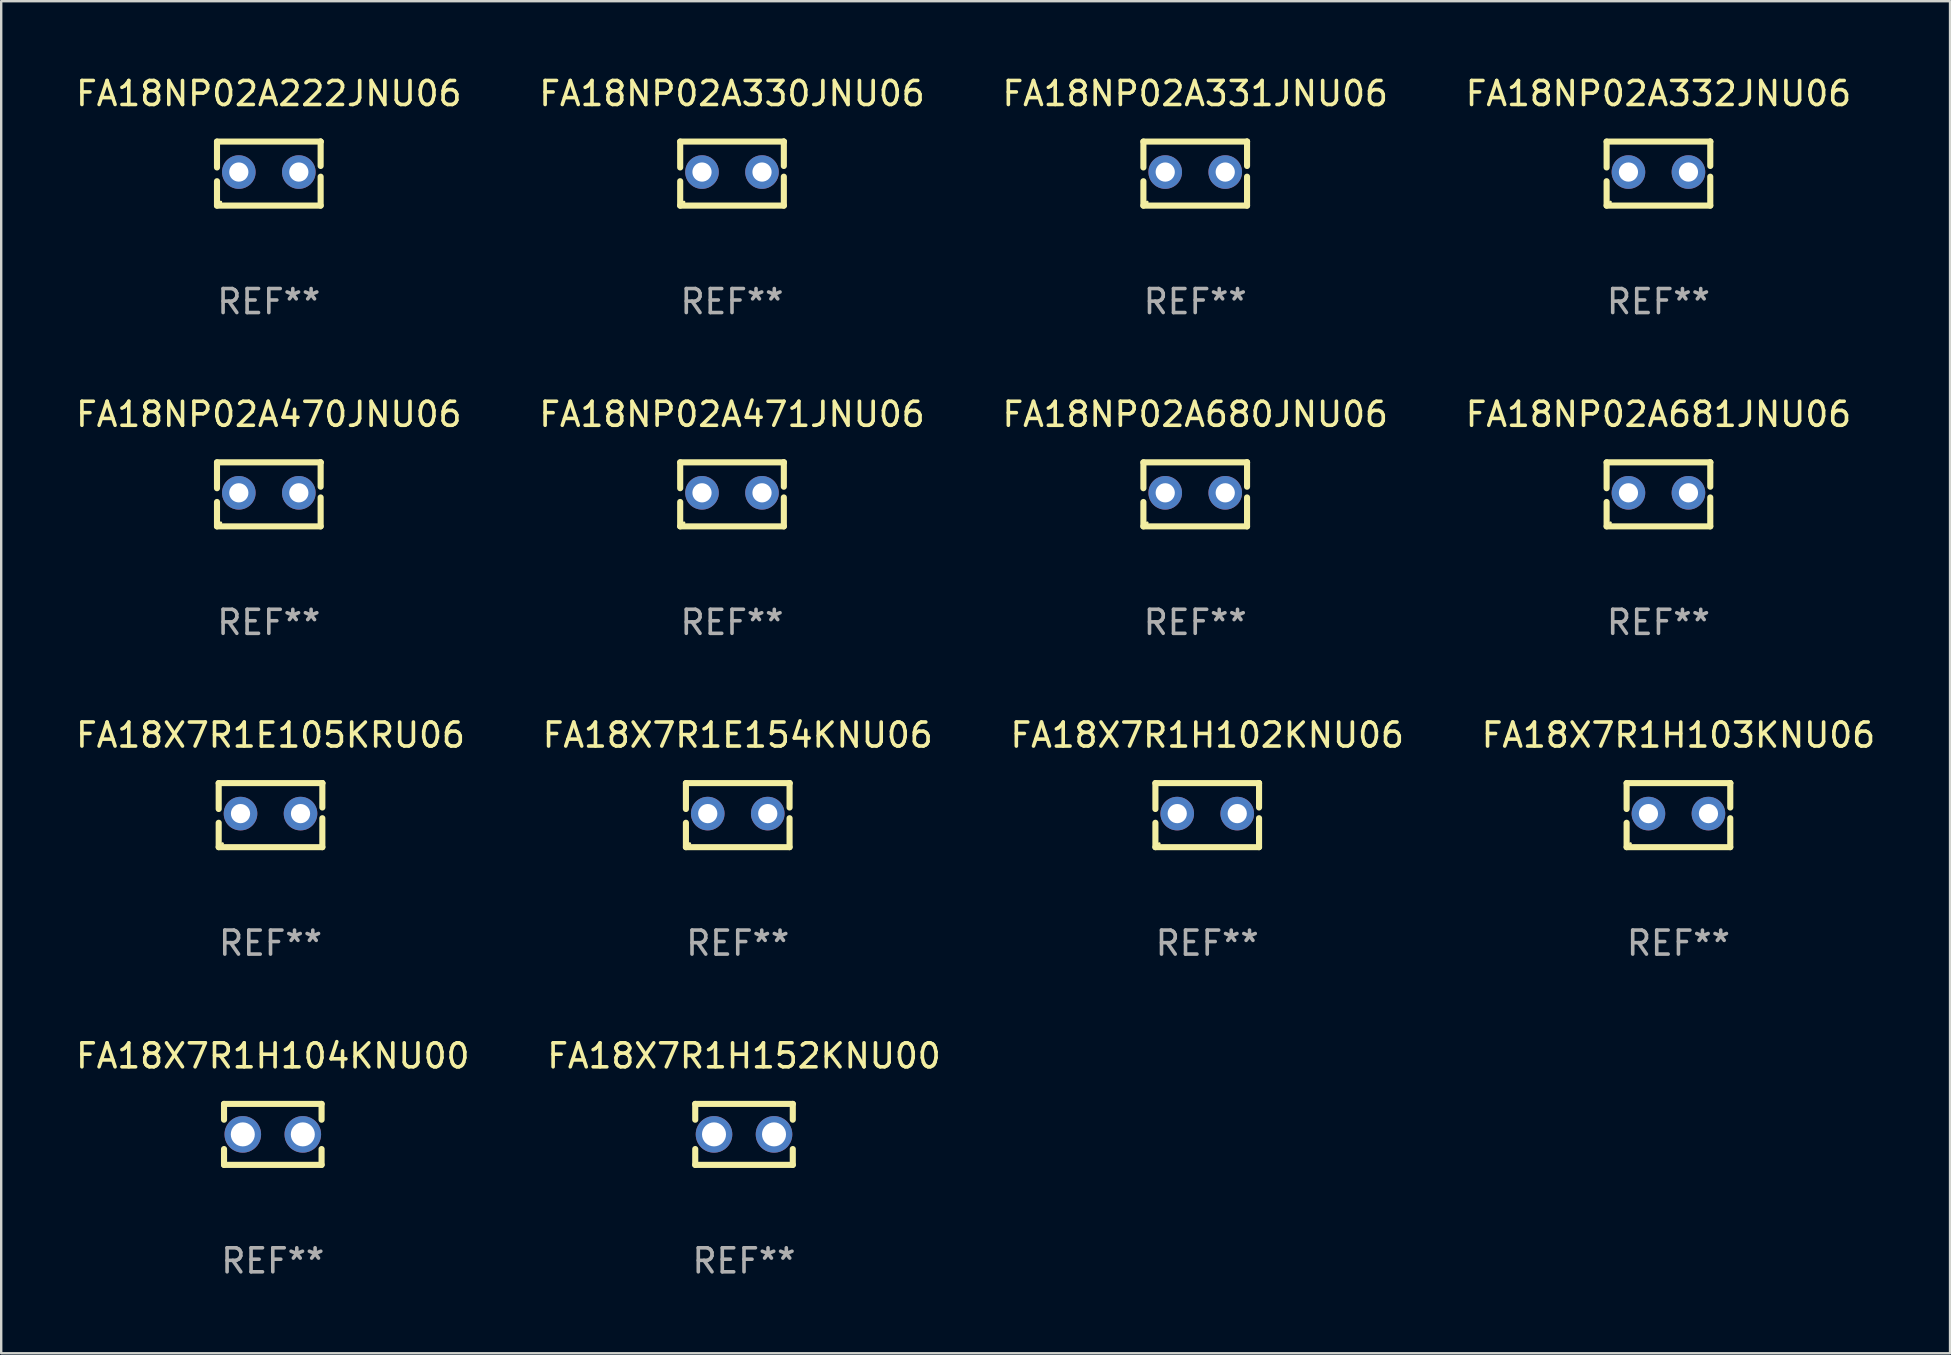
<source format=kicad_pcb>
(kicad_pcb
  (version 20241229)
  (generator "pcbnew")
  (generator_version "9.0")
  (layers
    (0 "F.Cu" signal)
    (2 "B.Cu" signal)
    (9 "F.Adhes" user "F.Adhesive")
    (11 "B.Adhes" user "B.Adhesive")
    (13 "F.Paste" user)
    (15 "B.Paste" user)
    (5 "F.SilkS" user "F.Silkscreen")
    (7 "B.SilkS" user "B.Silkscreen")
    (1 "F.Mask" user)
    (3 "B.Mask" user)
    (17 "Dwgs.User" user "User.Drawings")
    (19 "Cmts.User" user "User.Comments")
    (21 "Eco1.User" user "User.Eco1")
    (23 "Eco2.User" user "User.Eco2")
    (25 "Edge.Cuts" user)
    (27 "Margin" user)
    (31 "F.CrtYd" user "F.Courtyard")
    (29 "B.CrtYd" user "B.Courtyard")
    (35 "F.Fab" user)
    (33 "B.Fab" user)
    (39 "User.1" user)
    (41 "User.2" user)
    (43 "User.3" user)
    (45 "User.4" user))
  (footprint "FA18X7R1E154KNU06"
    (layer "F.Cu")
    (at 27.685 30.909)
    (property "Reference" "FA18X7R1E154KNU06" (at 0 -3.334 0) (layer "F.SilkS") (effects (font (size 1 1) (thickness 0.15))))
    (attr through_hole)
    (fp_line (start -2.159 -1.334) (end 2.159 -1.334) (stroke (width 0.254) (type solid)) (layer "F.SilkS"))
    (fp_line (start -2.159 -0.256) (end -2.159 -1.334) (stroke (width 0.254) (type solid)) (layer "F.SilkS"))
    (fp_line (start -2.159 1.334) (end -2.159 0.318) (stroke (width 0.254) (type solid)) (layer "F.SilkS"))
    (fp_line (start 2.159 -1.334) (end 2.159 -1.334) (stroke (width 0.254) (type solid)) (layer "F.SilkS"))
    (fp_line (start 2.159 -1.334) (end 2.159 -0.318) (stroke (width 0.254) (type solid)) (layer "F.SilkS"))
    (fp_line (start 2.159 0.129) (end 2.159 1.334) (stroke (width 0.254) (type solid)) (layer "F.SilkS"))
    (fp_line (start 2.159 1.334) (end -2.159 1.334) (stroke (width 0.254) (type solid)) (layer "F.SilkS"))
    (fp_circle (center -2 1.186) (end -1.97 1.186) (stroke (width 0.06) (type solid)) (fill no) (layer "F.SilkS"))
    (fp_text user "REF**" (at 0 5.334 0) (layer "F.Fab") (effects (font (size 1 1) (thickness 0.15))))
    (pad "1" thru_hole circle (at -1.25 -0.064) (size 1.4 1.4) (drill 0.8) (layers "*.Cu" "*.Mask"))
    (pad "2" thru_hole circle (at 1.25 -0.064) (size 1.4 1.4) (drill 0.8) (layers "*.Cu" "*.Mask")))
  (footprint "FA18X7R1E105KRU06"
    (layer "F.Cu")
    (at 8.22 30.909)
    (property "Reference" "FA18X7R1E105KRU06" (at 0 -3.334 0) (layer "F.SilkS") (effects (font (size 1 1) (thickness 0.15))))
    (attr through_hole)
    (fp_line (start -2.159 -1.334) (end 2.159 -1.334) (stroke (width 0.254) (type solid)) (layer "F.SilkS"))
    (fp_line (start -2.159 -0.256) (end -2.159 -1.334) (stroke (width 0.254) (type solid)) (layer "F.SilkS"))
    (fp_line (start -2.159 1.334) (end -2.159 0.318) (stroke (width 0.254) (type solid)) (layer "F.SilkS"))
    (fp_line (start 2.159 -1.334) (end 2.159 -1.334) (stroke (width 0.254) (type solid)) (layer "F.SilkS"))
    (fp_line (start 2.159 -1.334) (end 2.159 -0.318) (stroke (width 0.254) (type solid)) (layer "F.SilkS"))
    (fp_line (start 2.159 0.129) (end 2.159 1.334) (stroke (width 0.254) (type solid)) (layer "F.SilkS"))
    (fp_line (start 2.159 1.334) (end -2.159 1.334) (stroke (width 0.254) (type solid)) (layer "F.SilkS"))
    (fp_circle (center -2 1.186) (end -1.97 1.186) (stroke (width 0.06) (type solid)) (fill no) (layer "F.SilkS"))
    (fp_text user "REF**" (at 0 5.334 0) (layer "F.Fab") (effects (font (size 1 1) (thickness 0.15))))
    (pad "1" thru_hole circle (at -1.25 -0.064) (size 1.4 1.4) (drill 0.8) (layers "*.Cu" "*.Mask"))
    (pad "2" thru_hole circle (at 1.25 -0.064) (size 1.4 1.4) (drill 0.8) (layers "*.Cu" "*.Mask")))
  (footprint "FA18NP02A222JNU06"
    (layer "F.Cu")
    (at 8.149 4.182)
    (property "Reference" "FA18NP02A222JNU06" (at 0 -3.334 0) (layer "F.SilkS") (effects (font (size 1 1) (thickness 0.15))))
    (attr through_hole)
    (fp_line (start -2.159 -1.334) (end 2.159 -1.334) (stroke (width 0.254) (type solid)) (layer "F.SilkS"))
    (fp_line (start -2.159 -0.256) (end -2.159 -1.334) (stroke (width 0.254) (type solid)) (layer "F.SilkS"))
    (fp_line (start -2.159 1.334) (end -2.159 0.318) (stroke (width 0.254) (type solid)) (layer "F.SilkS"))
    (fp_line (start 2.159 -1.334) (end 2.159 -1.334) (stroke (width 0.254) (type solid)) (layer "F.SilkS"))
    (fp_line (start 2.159 -1.334) (end 2.159 -0.318) (stroke (width 0.254) (type solid)) (layer "F.SilkS"))
    (fp_line (start 2.159 0.129) (end 2.159 1.334) (stroke (width 0.254) (type solid)) (layer "F.SilkS"))
    (fp_line (start 2.159 1.334) (end -2.159 1.334) (stroke (width 0.254) (type solid)) (layer "F.SilkS"))
    (fp_circle (center -2 1.186) (end -1.97 1.186) (stroke (width 0.06) (type solid)) (fill no) (layer "F.SilkS"))
    (fp_text user "REF**" (at 0 5.334 0) (layer "F.Fab") (effects (font (size 1 1) (thickness 0.15))))
    (pad "1" thru_hole circle (at -1.25 -0.064) (size 1.4 1.4) (drill 0.8) (layers "*.Cu" "*.Mask"))
    (pad "2" thru_hole circle (at 1.25 -0.064) (size 1.4 1.4) (drill 0.8) (layers "*.Cu" "*.Mask")))
  (footprint "FA18NP02A330JNU06"
    (layer "F.Cu")
    (at 27.446 4.182)
    (property "Reference" "FA18NP02A330JNU06" (at 0 -3.334 0) (layer "F.SilkS") (effects (font (size 1 1) (thickness 0.15))))
    (attr through_hole)
    (fp_line (start -2.159 -1.334) (end 2.159 -1.334) (stroke (width 0.254) (type solid)) (layer "F.SilkS"))
    (fp_line (start -2.159 -0.256) (end -2.159 -1.334) (stroke (width 0.254) (type solid)) (layer "F.SilkS"))
    (fp_line (start -2.159 1.334) (end -2.159 0.318) (stroke (width 0.254) (type solid)) (layer "F.SilkS"))
    (fp_line (start 2.159 -1.334) (end 2.159 -1.334) (stroke (width 0.254) (type solid)) (layer "F.SilkS"))
    (fp_line (start 2.159 -1.334) (end 2.159 -0.318) (stroke (width 0.254) (type solid)) (layer "F.SilkS"))
    (fp_line (start 2.159 0.129) (end 2.159 1.334) (stroke (width 0.254) (type solid)) (layer "F.SilkS"))
    (fp_line (start 2.159 1.334) (end -2.159 1.334) (stroke (width 0.254) (type solid)) (layer "F.SilkS"))
    (fp_circle (center -2 1.186) (end -1.97 1.186) (stroke (width 0.06) (type solid)) (fill no) (layer "F.SilkS"))
    (fp_text user "REF**" (at 0 5.334 0) (layer "F.Fab") (effects (font (size 1 1) (thickness 0.15))))
    (pad "1" thru_hole circle (at -1.25 -0.064) (size 1.4 1.4) (drill 0.8) (layers "*.Cu" "*.Mask"))
    (pad "2" thru_hole circle (at 1.25 -0.064) (size 1.4 1.4) (drill 0.8) (layers "*.Cu" "*.Mask")))
  (footprint "FA18NP02A680JNU06"
    (layer "F.Cu")
    (at 46.744 17.545)
    (property "Reference" "FA18NP02A680JNU06" (at 0 -3.334 0) (layer "F.SilkS") (effects (font (size 1 1) (thickness 0.15))))
    (attr through_hole)
    (fp_line (start -2.159 -1.334) (end 2.159 -1.334) (stroke (width 0.254) (type solid)) (layer "F.SilkS"))
    (fp_line (start -2.159 -0.256) (end -2.159 -1.334) (stroke (width 0.254) (type solid)) (layer "F.SilkS"))
    (fp_line (start -2.159 1.334) (end -2.159 0.318) (stroke (width 0.254) (type solid)) (layer "F.SilkS"))
    (fp_line (start 2.159 -1.334) (end 2.159 -1.334) (stroke (width 0.254) (type solid)) (layer "F.SilkS"))
    (fp_line (start 2.159 -1.334) (end 2.159 -0.318) (stroke (width 0.254) (type solid)) (layer "F.SilkS"))
    (fp_line (start 2.159 0.129) (end 2.159 1.334) (stroke (width 0.254) (type solid)) (layer "F.SilkS"))
    (fp_line (start 2.159 1.334) (end -2.159 1.334) (stroke (width 0.254) (type solid)) (layer "F.SilkS"))
    (fp_circle (center -2 1.186) (end -1.97 1.186) (stroke (width 0.06) (type solid)) (fill no) (layer "F.SilkS"))
    (fp_text user "REF**" (at 0 5.334 0) (layer "F.Fab") (effects (font (size 1 1) (thickness 0.15))))
    (pad "1" thru_hole circle (at -1.25 -0.064) (size 1.4 1.4) (drill 0.8) (layers "*.Cu" "*.Mask"))
    (pad "2" thru_hole circle (at 1.25 -0.064) (size 1.4 1.4) (drill 0.8) (layers "*.Cu" "*.Mask")))
  (footprint "FA18NP02A681JNU06"
    (layer "F.Cu")
    (at 66.042 17.545)
    (property "Reference" "FA18NP02A681JNU06" (at 0 -3.334 0) (layer "F.SilkS") (effects (font (size 1 1) (thickness 0.15))))
    (attr through_hole)
    (fp_line (start -2.159 -1.334) (end 2.159 -1.334) (stroke (width 0.254) (type solid)) (layer "F.SilkS"))
    (fp_line (start -2.159 -0.256) (end -2.159 -1.334) (stroke (width 0.254) (type solid)) (layer "F.SilkS"))
    (fp_line (start -2.159 1.334) (end -2.159 0.318) (stroke (width 0.254) (type solid)) (layer "F.SilkS"))
    (fp_line (start 2.159 -1.334) (end 2.159 -1.334) (stroke (width 0.254) (type solid)) (layer "F.SilkS"))
    (fp_line (start 2.159 -1.334) (end 2.159 -0.318) (stroke (width 0.254) (type solid)) (layer "F.SilkS"))
    (fp_line (start 2.159 0.129) (end 2.159 1.334) (stroke (width 0.254) (type solid)) (layer "F.SilkS"))
    (fp_line (start 2.159 1.334) (end -2.159 1.334) (stroke (width 0.254) (type solid)) (layer "F.SilkS"))
    (fp_circle (center -2 1.186) (end -1.97 1.186) (stroke (width 0.06) (type solid)) (fill no) (layer "F.SilkS"))
    (fp_text user "REF**" (at 0 5.334 0) (layer "F.Fab") (effects (font (size 1 1) (thickness 0.15))))
    (pad "1" thru_hole circle (at -1.25 -0.064) (size 1.4 1.4) (drill 0.8) (layers "*.Cu" "*.Mask"))
    (pad "2" thru_hole circle (at 1.25 -0.064) (size 1.4 1.4) (drill 0.8) (layers "*.Cu" "*.Mask")))
  (footprint "FA18NP02A331JNU06"
    (layer "F.Cu")
    (at 46.744 4.182)
    (property "Reference" "FA18NP02A331JNU06" (at 0 -3.334 0) (layer "F.SilkS") (effects (font (size 1 1) (thickness 0.15))))
    (attr through_hole)
    (fp_line (start -2.159 -1.334) (end 2.159 -1.334) (stroke (width 0.254) (type solid)) (layer "F.SilkS"))
    (fp_line (start -2.159 -0.256) (end -2.159 -1.334) (stroke (width 0.254) (type solid)) (layer "F.SilkS"))
    (fp_line (start -2.159 1.334) (end -2.159 0.318) (stroke (width 0.254) (type solid)) (layer "F.SilkS"))
    (fp_line (start 2.159 -1.334) (end 2.159 -1.334) (stroke (width 0.254) (type solid)) (layer "F.SilkS"))
    (fp_line (start 2.159 -1.334) (end 2.159 -0.318) (stroke (width 0.254) (type solid)) (layer "F.SilkS"))
    (fp_line (start 2.159 0.129) (end 2.159 1.334) (stroke (width 0.254) (type solid)) (layer "F.SilkS"))
    (fp_line (start 2.159 1.334) (end -2.159 1.334) (stroke (width 0.254) (type solid)) (layer "F.SilkS"))
    (fp_circle (center -2 1.186) (end -1.97 1.186) (stroke (width 0.06) (type solid)) (fill no) (layer "F.SilkS"))
    (fp_text user "REF**" (at 0 5.334 0) (layer "F.Fab") (effects (font (size 1 1) (thickness 0.15))))
    (pad "1" thru_hole circle (at -1.25 -0.064) (size 1.4 1.4) (drill 0.8) (layers "*.Cu" "*.Mask"))
    (pad "2" thru_hole circle (at 1.25 -0.064) (size 1.4 1.4) (drill 0.8) (layers "*.Cu" "*.Mask")))
  (footprint "FA18NP02A471JNU06"
    (layer "F.Cu")
    (at 27.446 17.545)
    (property "Reference" "FA18NP02A471JNU06" (at 0 -3.334 0) (layer "F.SilkS") (effects (font (size 1 1) (thickness 0.15))))
    (attr through_hole)
    (fp_line (start -2.159 -1.334) (end 2.159 -1.334) (stroke (width 0.254) (type solid)) (layer "F.SilkS"))
    (fp_line (start -2.159 -0.256) (end -2.159 -1.334) (stroke (width 0.254) (type solid)) (layer "F.SilkS"))
    (fp_line (start -2.159 1.334) (end -2.159 0.318) (stroke (width 0.254) (type solid)) (layer "F.SilkS"))
    (fp_line (start 2.159 -1.334) (end 2.159 -1.334) (stroke (width 0.254) (type solid)) (layer "F.SilkS"))
    (fp_line (start 2.159 -1.334) (end 2.159 -0.318) (stroke (width 0.254) (type solid)) (layer "F.SilkS"))
    (fp_line (start 2.159 0.129) (end 2.159 1.334) (stroke (width 0.254) (type solid)) (layer "F.SilkS"))
    (fp_line (start 2.159 1.334) (end -2.159 1.334) (stroke (width 0.254) (type solid)) (layer "F.SilkS"))
    (fp_circle (center -2 1.186) (end -1.97 1.186) (stroke (width 0.06) (type solid)) (fill no) (layer "F.SilkS"))
    (fp_text user "REF**" (at 0 5.334 0) (layer "F.Fab") (effects (font (size 1 1) (thickness 0.15))))
    (pad "1" thru_hole circle (at -1.25 -0.064) (size 1.4 1.4) (drill 0.8) (layers "*.Cu" "*.Mask"))
    (pad "2" thru_hole circle (at 1.25 -0.064) (size 1.4 1.4) (drill 0.8) (layers "*.Cu" "*.Mask")))
  (footprint "FA18NP02A470JNU06"
    (layer "F.Cu")
    (at 8.149 17.545)
    (property "Reference" "FA18NP02A470JNU06" (at 0 -3.334 0) (layer "F.SilkS") (effects (font (size 1 1) (thickness 0.15))))
    (attr through_hole)
    (fp_line (start -2.159 -1.334) (end 2.159 -1.334) (stroke (width 0.254) (type solid)) (layer "F.SilkS"))
    (fp_line (start -2.159 -0.256) (end -2.159 -1.334) (stroke (width 0.254) (type solid)) (layer "F.SilkS"))
    (fp_line (start -2.159 1.334) (end -2.159 0.318) (stroke (width 0.254) (type solid)) (layer "F.SilkS"))
    (fp_line (start 2.159 -1.334) (end 2.159 -1.334) (stroke (width 0.254) (type solid)) (layer "F.SilkS"))
    (fp_line (start 2.159 -1.334) (end 2.159 -0.318) (stroke (width 0.254) (type solid)) (layer "F.SilkS"))
    (fp_line (start 2.159 0.129) (end 2.159 1.334) (stroke (width 0.254) (type solid)) (layer "F.SilkS"))
    (fp_line (start 2.159 1.334) (end -2.159 1.334) (stroke (width 0.254) (type solid)) (layer "F.SilkS"))
    (fp_circle (center -2 1.186) (end -1.97 1.186) (stroke (width 0.06) (type solid)) (fill no) (layer "F.SilkS"))
    (fp_text user "REF**" (at 0 5.334 0) (layer "F.Fab") (effects (font (size 1 1) (thickness 0.15))))
    (pad "1" thru_hole circle (at -1.25 -0.064) (size 1.4 1.4) (drill 0.8) (layers "*.Cu" "*.Mask"))
    (pad "2" thru_hole circle (at 1.25 -0.064) (size 1.4 1.4) (drill 0.8) (layers "*.Cu" "*.Mask")))
  (footprint "FA18X7R1H102KNU06"
    (layer "F.Cu")
    (at 47.244 30.909)
    (property "Reference" "FA18X7R1H102KNU06" (at 0 -3.334 0) (layer "F.SilkS") (effects (font (size 1 1) (thickness 0.15))))
    (attr through_hole)
    (fp_line (start -2.159 -1.334) (end 2.159 -1.334) (stroke (width 0.254) (type solid)) (layer "F.SilkS"))
    (fp_line (start -2.159 -0.256) (end -2.159 -1.334) (stroke (width 0.254) (type solid)) (layer "F.SilkS"))
    (fp_line (start -2.159 1.334) (end -2.159 0.318) (stroke (width 0.254) (type solid)) (layer "F.SilkS"))
    (fp_line (start 2.159 -1.334) (end 2.159 -1.334) (stroke (width 0.254) (type solid)) (layer "F.SilkS"))
    (fp_line (start 2.159 -1.334) (end 2.159 -0.318) (stroke (width 0.254) (type solid)) (layer "F.SilkS"))
    (fp_line (start 2.159 0.129) (end 2.159 1.334) (stroke (width 0.254) (type solid)) (layer "F.SilkS"))
    (fp_line (start 2.159 1.334) (end -2.159 1.334) (stroke (width 0.254) (type solid)) (layer "F.SilkS"))
    (fp_circle (center -2 1.186) (end -1.97 1.186) (stroke (width 0.06) (type solid)) (fill no) (layer "F.SilkS"))
    (fp_text user "REF**" (at 0 5.334 0) (layer "F.Fab") (effects (font (size 1 1) (thickness 0.15))))
    (pad "1" thru_hole circle (at -1.25 -0.064) (size 1.4 1.4) (drill 0.8) (layers "*.Cu" "*.Mask"))
    (pad "2" thru_hole circle (at 1.25 -0.064) (size 1.4 1.4) (drill 0.8) (layers "*.Cu" "*.Mask")))
  (footprint "FA18X7R1H104KNU00"
    (layer "F.Cu")
    (at 8.315 44.209)
    (property "Reference" "FA18X7R1H104KNU00" (at 0 -3.27 0) (layer "F.SilkS") (effects (font (size 1 1) (thickness 0.15))))
    (attr through_hole)
    (fp_line (start -2.032 -1.27) (end -2.032 -0.611) (stroke (width 0.254) (type solid)) (layer "F.SilkS"))
    (fp_line (start -2.032 0.611) (end -2.032 1.27) (stroke (width 0.254) (type solid)) (layer "F.SilkS"))
    (fp_line (start -2.032 1.27) (end 2.032 1.27) (stroke (width 0.254) (type solid)) (layer "F.SilkS"))
    (fp_line (start 2.032 -1.27) (end -2.032 -1.27) (stroke (width 0.254) (type solid)) (layer "F.SilkS"))
    (fp_line (start 2.032 -0.611) (end 2.032 -1.27) (stroke (width 0.254) (type solid)) (layer "F.SilkS"))
    (fp_line (start 2.032 1.27) (end 2.032 0.611) (stroke (width 0.254) (type solid)) (layer "F.SilkS"))
    (fp_circle (center -2 1.25) (end -1.97 1.25) (stroke (width 0.06) (type solid)) (fill no) (layer "F.SilkS"))
    (fp_text user "REF**" (at 0 5.27 0) (layer "F.Fab") (effects (font (size 1 1) (thickness 0.15))))
    (pad "1" thru_hole circle (at -1.25 0) (size 1.524 1.524) (drill 1) (layers "*.Cu" "*.Mask"))
    (pad "2" thru_hole circle (at 1.25 0) (size 1.524 1.524) (drill 1) (layers "*.Cu" "*.Mask")))
  (footprint "FA18X7R1H103KNU06"
    (layer "F.Cu")
    (at 66.875 30.909)
    (property "Reference" "FA18X7R1H103KNU06" (at 0 -3.334 0) (layer "F.SilkS") (effects (font (size 1 1) (thickness 0.15))))
    (attr through_hole)
    (fp_line (start -2.159 -1.334) (end 2.159 -1.334) (stroke (width 0.254) (type solid)) (layer "F.SilkS"))
    (fp_line (start -2.159 -0.256) (end -2.159 -1.334) (stroke (width 0.254) (type solid)) (layer "F.SilkS"))
    (fp_line (start -2.159 1.334) (end -2.159 0.318) (stroke (width 0.254) (type solid)) (layer "F.SilkS"))
    (fp_line (start 2.159 -1.334) (end 2.159 -1.334) (stroke (width 0.254) (type solid)) (layer "F.SilkS"))
    (fp_line (start 2.159 -1.334) (end 2.159 -0.318) (stroke (width 0.254) (type solid)) (layer "F.SilkS"))
    (fp_line (start 2.159 0.129) (end 2.159 1.334) (stroke (width 0.254) (type solid)) (layer "F.SilkS"))
    (fp_line (start 2.159 1.334) (end -2.159 1.334) (stroke (width 0.254) (type solid)) (layer "F.SilkS"))
    (fp_circle (center -2 1.186) (end -1.97 1.186) (stroke (width 0.06) (type solid)) (fill no) (layer "F.SilkS"))
    (fp_text user "REF**" (at 0 5.334 0) (layer "F.Fab") (effects (font (size 1 1) (thickness 0.15))))
    (pad "1" thru_hole circle (at -1.25 -0.064) (size 1.4 1.4) (drill 0.8) (layers "*.Cu" "*.Mask"))
    (pad "2" thru_hole circle (at 1.25 -0.064) (size 1.4 1.4) (drill 0.8) (layers "*.Cu" "*.Mask")))
  (footprint "FA18NP02A332JNU06"
    (layer "F.Cu")
    (at 66.042 4.182)
    (property "Reference" "FA18NP02A332JNU06" (at 0 -3.334 0) (layer "F.SilkS") (effects (font (size 1 1) (thickness 0.15))))
    (attr through_hole)
    (fp_line (start -2.159 -1.334) (end 2.159 -1.334) (stroke (width 0.254) (type solid)) (layer "F.SilkS"))
    (fp_line (start -2.159 -0.256) (end -2.159 -1.334) (stroke (width 0.254) (type solid)) (layer "F.SilkS"))
    (fp_line (start -2.159 1.334) (end -2.159 0.318) (stroke (width 0.254) (type solid)) (layer "F.SilkS"))
    (fp_line (start 2.159 -1.334) (end 2.159 -1.334) (stroke (width 0.254) (type solid)) (layer "F.SilkS"))
    (fp_line (start 2.159 -1.334) (end 2.159 -0.318) (stroke (width 0.254) (type solid)) (layer "F.SilkS"))
    (fp_line (start 2.159 0.129) (end 2.159 1.334) (stroke (width 0.254) (type solid)) (layer "F.SilkS"))
    (fp_line (start 2.159 1.334) (end -2.159 1.334) (stroke (width 0.254) (type solid)) (layer "F.SilkS"))
    (fp_circle (center -2 1.186) (end -1.97 1.186) (stroke (width 0.06) (type solid)) (fill no) (layer "F.SilkS"))
    (fp_text user "REF**" (at 0 5.334 0) (layer "F.Fab") (effects (font (size 1 1) (thickness 0.15))))
    (pad "1" thru_hole circle (at -1.25 -0.064) (size 1.4 1.4) (drill 0.8) (layers "*.Cu" "*.Mask"))
    (pad "2" thru_hole circle (at 1.25 -0.064) (size 1.4 1.4) (drill 0.8) (layers "*.Cu" "*.Mask")))
  (footprint "FA18X7R1H152KNU00"
    (layer "F.Cu")
    (at 27.946 44.209)
    (property "Reference" "FA18X7R1H152KNU00" (at 0 -3.27 0) (layer "F.SilkS") (effects (font (size 1 1) (thickness 0.15))))
    (attr through_hole)
    (fp_line (start -2.032 -1.27) (end -2.032 -0.611) (stroke (width 0.254) (type solid)) (layer "F.SilkS"))
    (fp_line (start -2.032 0.611) (end -2.032 1.27) (stroke (width 0.254) (type solid)) (layer "F.SilkS"))
    (fp_line (start -2.032 1.27) (end 2.032 1.27) (stroke (width 0.254) (type solid)) (layer "F.SilkS"))
    (fp_line (start 2.032 -1.27) (end -2.032 -1.27) (stroke (width 0.254) (type solid)) (layer "F.SilkS"))
    (fp_line (start 2.032 -0.611) (end 2.032 -1.27) (stroke (width 0.254) (type solid)) (layer "F.SilkS"))
    (fp_line (start 2.032 1.27) (end 2.032 0.611) (stroke (width 0.254) (type solid)) (layer "F.SilkS"))
    (fp_circle (center -2 1.25) (end -1.97 1.25) (stroke (width 0.06) (type solid)) (fill no) (layer "F.SilkS"))
    (fp_text user "REF**" (at 0 5.27 0) (layer "F.Fab") (effects (font (size 1 1) (thickness 0.15))))
    (pad "1" thru_hole circle (at -1.25 0) (size 1.524 1.524) (drill 1) (layers "*.Cu" "*.Mask"))
    (pad "2" thru_hole circle (at 1.25 0) (size 1.524 1.524) (drill 1) (layers "*.Cu" "*.Mask")))
  (gr_rect
    (start -3 -3)
    (end 78.19 53.327)
    (stroke (width 0.1) (type default))
    (fill no)
    (layer "Edge.Cuts")))
</source>
